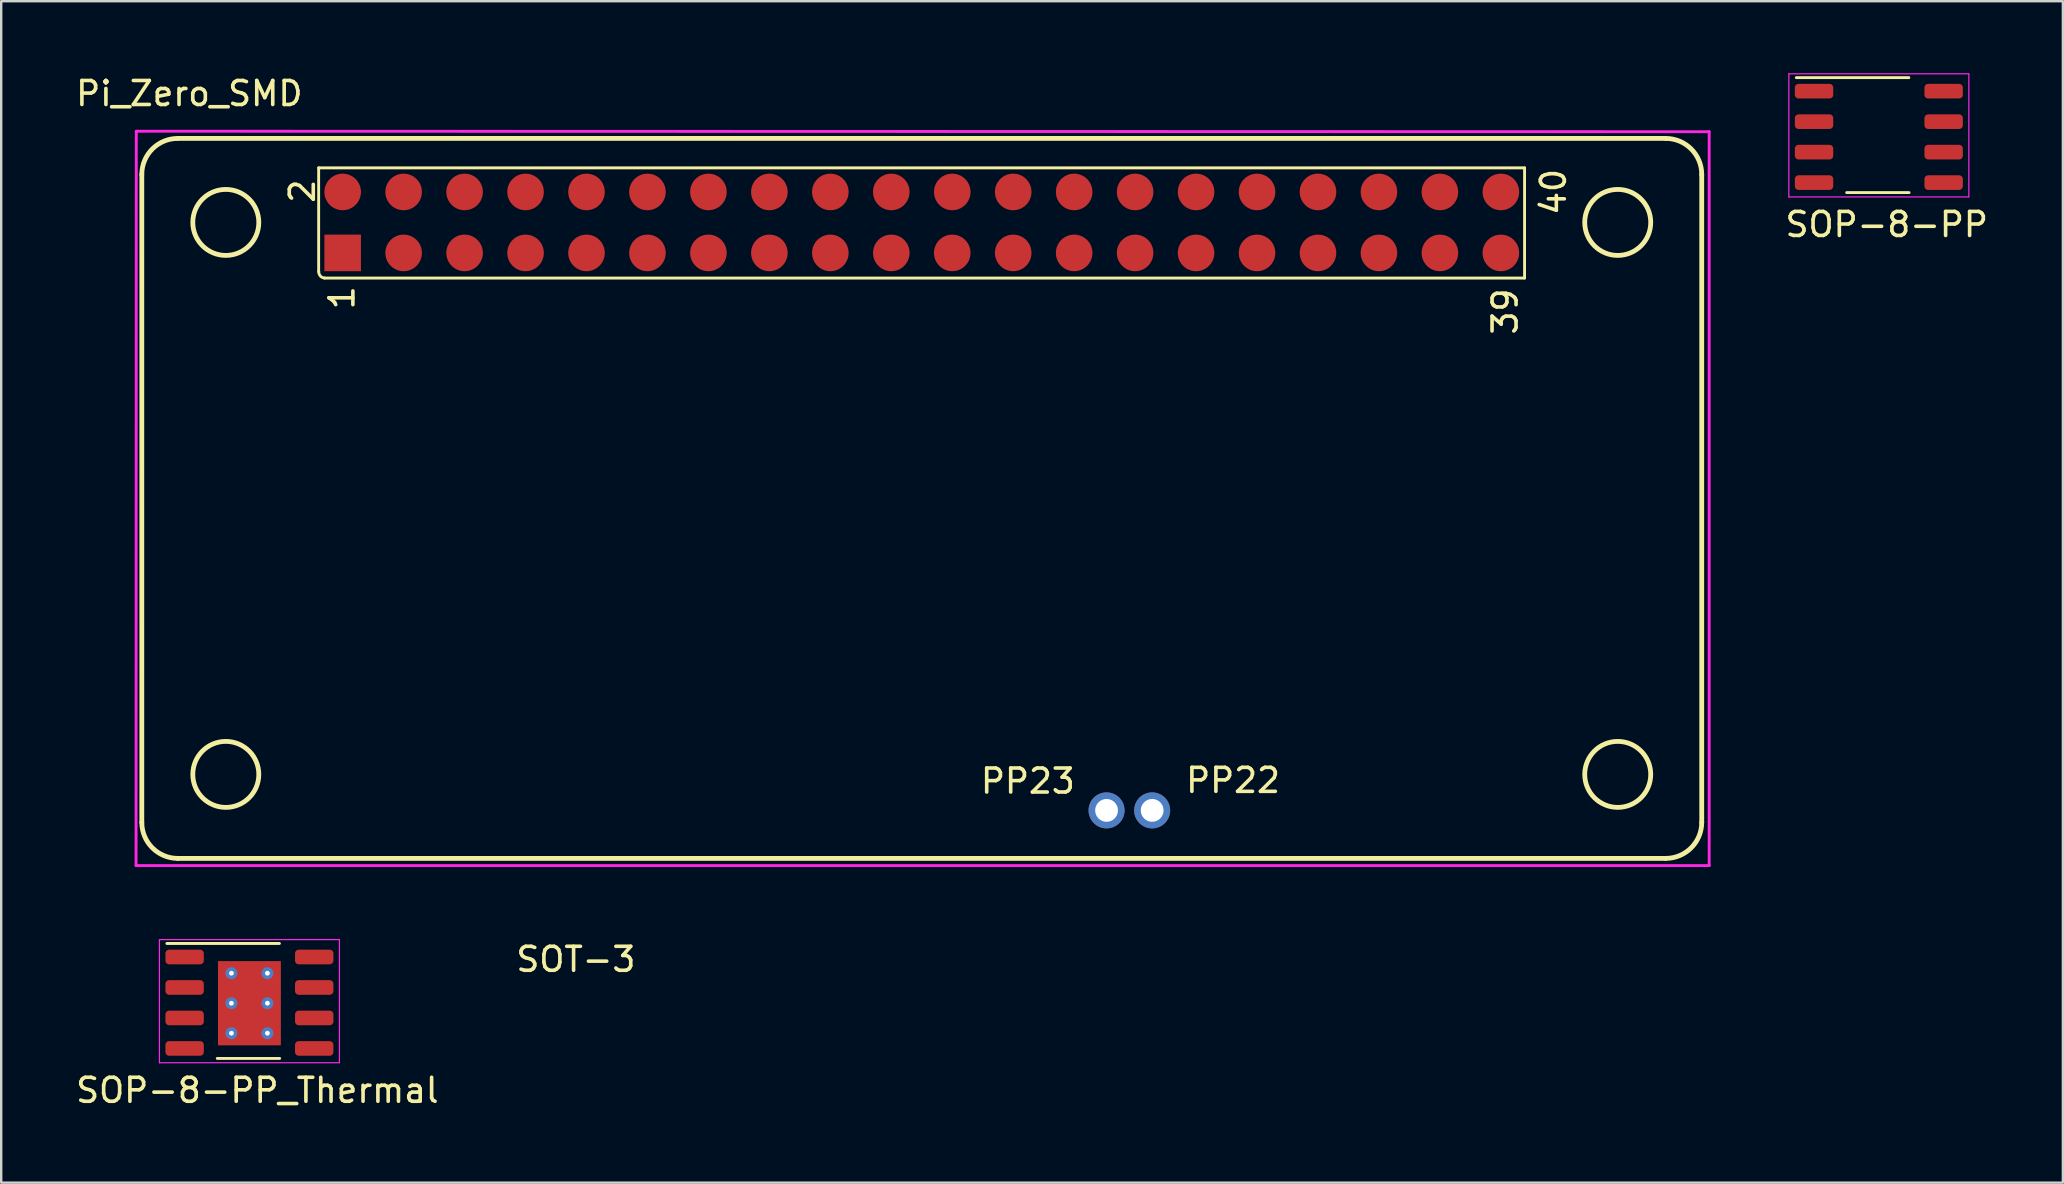
<source format=kicad_pcb>
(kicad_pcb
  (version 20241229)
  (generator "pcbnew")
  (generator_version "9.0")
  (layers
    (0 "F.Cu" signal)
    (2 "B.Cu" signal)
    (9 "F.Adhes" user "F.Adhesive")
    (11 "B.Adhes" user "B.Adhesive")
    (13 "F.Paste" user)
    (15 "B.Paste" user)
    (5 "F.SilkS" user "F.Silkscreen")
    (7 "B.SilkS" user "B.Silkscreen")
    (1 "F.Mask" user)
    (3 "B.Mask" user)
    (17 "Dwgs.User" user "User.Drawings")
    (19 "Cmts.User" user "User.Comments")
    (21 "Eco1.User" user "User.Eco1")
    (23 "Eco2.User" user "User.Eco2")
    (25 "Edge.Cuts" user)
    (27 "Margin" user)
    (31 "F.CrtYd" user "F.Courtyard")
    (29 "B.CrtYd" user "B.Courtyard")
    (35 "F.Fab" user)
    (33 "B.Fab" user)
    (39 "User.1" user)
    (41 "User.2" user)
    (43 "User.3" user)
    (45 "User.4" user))
  (footprint "SOT-3"
    (layer "F.Cu")
    (at 20.946 40.676)
    (property "Reference" "SOT-3" (at 0 -3.75 0) (layer "F.SilkS") (effects (font (size 1 1) (thickness 0.15))))
    (attr through_hole)
    (pad "" smd rect (at -1 2.2) (size 0.8 0.9) (drill (offset 0 -0.45)) (layers "F.Paste"))
    (pad "" smd rect (at 0 0) (size 0.8 0.9) (drill (offset 0 -0.45)) (layers "F.Paste"))
    (pad "" smd rect (at 1 2.2) (size 0.8 0.9) (drill (offset 0 -0.45)) (layers "F.Paste")))
  (footprint "Pi_Zero_SMD"
    (layer "F.Cu")
    (at 2.929 2.608)
    (property "Reference" "Pi_Zero_SMD" (at 1.91 -1.76 0) (layer "F.SilkS") (effects (font (size 1 1) (thickness 0.15))))
    (attr through_hole)
    (fp_line (start -0.07 28.61) (end -0.07 1.61) (stroke (width 0.2) (type solid)) (layer "F.SilkS"))
    (fp_line (start 1.43 0.11) (end 63.43 0.11) (stroke (width 0.2) (type solid)) (layer "F.SilkS"))
    (fp_line (start 7.299 1.337) (end 7.299 5.66) (stroke (width 0.12) (type solid)) (layer "F.SilkS"))
    (fp_line (start 7.541 5.929) (end 57.548 5.929) (stroke (width 0.12) (type solid)) (layer "F.SilkS"))
    (fp_line (start 57.548 1.337) (end 7.299 1.337) (stroke (width 0.12) (type solid)) (layer "F.SilkS"))
    (fp_line (start 57.548 5.929) (end 57.548 1.337) (stroke (width 0.12) (type solid)) (layer "F.SilkS"))
    (fp_line (start 63.43 30.11) (end 1.43 30.11) (stroke (width 0.2) (type solid)) (layer "F.SilkS"))
    (fp_line (start 64.93 1.61) (end 64.93 28.61) (stroke (width 0.2) (type solid)) (layer "F.SilkS"))
    (fp_arc (start -0.069999 1.61) (mid 0.369341 0.54934) (end 1.430001 0.11) (stroke (width 0.2) (type solid)) (layer "F.SilkS"))
    (fp_arc (start 1.430002 30.109999) (mid 0.369342 29.67066) (end -0.069999 28.61) (stroke (width 0.2) (type solid)) (layer "F.SilkS"))
    (fp_arc (start 7.547838 5.92658) (mid 7.370482 5.843926) (end 7.304321 5.659781) (stroke (width 0.12) (type solid)) (layer "F.SilkS"))
    (fp_arc (start 63.429999 0.11) (mid 64.490659 0.549339) (end 64.93 1.609999) (stroke (width 0.2) (type solid)) (layer "F.SilkS"))
    (fp_arc (start 64.930001 28.609999) (mid 64.490661 29.67066) (end 63.43 30.11) (stroke (width 0.2) (type solid)) (layer "F.SilkS"))
    (fp_circle (center 3.43 3.61) (end 4.805 3.61) (stroke (width 0.2) (type solid)) (fill no) (layer "F.SilkS"))
    (fp_circle (center 3.43 26.61) (end 4.805 26.61) (stroke (width 0.2) (type solid)) (fill no) (layer "F.SilkS"))
    (fp_circle (center 61.43 3.61) (end 62.805 3.61) (stroke (width 0.2) (type solid)) (fill no) (layer "F.SilkS"))
    (fp_circle (center 61.43 26.61) (end 62.805 26.61) (stroke (width 0.2) (type solid)) (fill no) (layer "F.SilkS"))
    (fp_line (start -0.31 30.41) (end -0.3 -0.19) (stroke (width 0.12) (type solid)) (layer "F.CrtYd"))
    (fp_line (start -0.3 -0.19) (end 65.24 -0.17) (stroke (width 0.12) (type solid)) (layer "F.CrtYd"))
    (fp_line (start 65.24 -0.17) (end 65.24 30.41) (stroke (width 0.12) (type solid)) (layer "F.CrtYd"))
    (fp_line (start 65.24 30.41) (end -0.31 30.41) (stroke (width 0.12) (type solid)) (layer "F.CrtYd"))
    (fp_text user "PP23" (at 36.85 26.89 0) (layer "F.SilkS") (effects (font (size 1 1) (thickness 0.15))))
    (fp_text user "1" (at 8.27 6.75 90) (layer "F.SilkS") (effects (font (size 1 1) (thickness 0.15))))
    (fp_text user "40" (at 58.75 2.34 90) (layer "F.SilkS") (effects (font (size 1 1) (thickness 0.15))))
    (fp_text user "39" (at 56.738 7.323 90) (layer "F.SilkS") (effects (font (size 1 1) (thickness 0.15))))
    (fp_text user "2" (at 6.62 2.31 90) (layer "F.SilkS") (effects (font (size 1 1) (thickness 0.15))))
    (fp_text user "PP22" (at 45.4 26.86 0) (layer "F.SilkS") (effects (font (size 1 1) (thickness 0.15))))
    (pad "1" smd rect (at 8.3 4.88 90) (size 1.524 1.524) (layers "F.Cu" "F.Mask" "F.Paste"))
    (pad "2" smd circle (at 8.3 2.34 90) (size 1.524 1.524) (layers "F.Cu" "F.Mask" "F.Paste"))
    (pad "3" smd circle (at 10.84 4.88 90) (size 1.524 1.524) (layers "F.Cu" "F.Mask" "F.Paste"))
    (pad "4" smd circle (at 10.84 2.34 90) (size 1.524 1.524) (layers "F.Cu" "F.Mask" "F.Paste"))
    (pad "5" smd circle (at 13.38 4.88 90) (size 1.524 1.524) (layers "F.Cu" "F.Mask" "F.Paste"))
    (pad "6" smd circle (at 13.38 2.34 90) (size 1.524 1.524) (layers "F.Cu" "F.Mask" "F.Paste"))
    (pad "7" smd circle (at 15.92 4.88 90) (size 1.524 1.524) (layers "F.Cu" "F.Mask" "F.Paste"))
    (pad "8" smd circle (at 15.92 2.34 90) (size 1.524 1.524) (layers "F.Cu" "F.Mask" "F.Paste"))
    (pad "9" smd circle (at 18.46 4.88 90) (size 1.524 1.524) (layers "F.Cu" "F.Mask" "F.Paste"))
    (pad "10" smd circle (at 18.46 2.34 90) (size 1.524 1.524) (layers "F.Cu" "F.Mask" "F.Paste"))
    (pad "11" smd circle (at 21 4.88 90) (size 1.524 1.524) (layers "F.Cu" "F.Mask" "F.Paste"))
    (pad "12" smd circle (at 21 2.34 90) (size 1.524 1.524) (layers "F.Cu" "F.Mask" "F.Paste"))
    (pad "13" smd circle (at 23.54 4.88 90) (size 1.524 1.524) (layers "F.Cu" "F.Mask" "F.Paste"))
    (pad "14" smd circle (at 23.54 2.34 90) (size 1.524 1.524) (layers "F.Cu" "F.Mask" "F.Paste"))
    (pad "15" smd circle (at 26.08 4.88 90) (size 1.524 1.524) (layers "F.Cu" "F.Mask" "F.Paste"))
    (pad "16" smd circle (at 26.08 2.34 90) (size 1.524 1.524) (layers "F.Cu" "F.Mask" "F.Paste"))
    (pad "17" smd circle (at 28.62 4.88 90) (size 1.524 1.524) (layers "F.Cu" "F.Mask" "F.Paste"))
    (pad "18" smd circle (at 28.62 2.34 90) (size 1.524 1.524) (layers "F.Cu" "F.Mask" "F.Paste"))
    (pad "19" smd circle (at 31.16 4.88 90) (size 1.524 1.524) (layers "F.Cu" "F.Mask" "F.Paste"))
    (pad "20" smd circle (at 31.16 2.34 90) (size 1.524 1.524) (layers "F.Cu" "F.Mask" "F.Paste"))
    (pad "21" smd circle (at 33.7 4.88 90) (size 1.524 1.524) (layers "F.Cu" "F.Mask" "F.Paste"))
    (pad "22" smd circle (at 33.7 2.34 90) (size 1.524 1.524) (layers "F.Cu" "F.Mask" "F.Paste"))
    (pad "23" smd circle (at 36.24 4.88 90) (size 1.524 1.524) (layers "F.Cu" "F.Mask" "F.Paste"))
    (pad "24" smd circle (at 36.24 2.34 90) (size 1.524 1.524) (layers "F.Cu" "F.Mask" "F.Paste"))
    (pad "25" smd circle (at 38.78 4.88 90) (size 1.524 1.524) (layers "F.Cu" "F.Mask" "F.Paste"))
    (pad "26" smd circle (at 38.78 2.34 90) (size 1.524 1.524) (layers "F.Cu" "F.Mask" "F.Paste"))
    (pad "27" smd circle (at 41.32 4.88 90) (size 1.524 1.524) (layers "F.Cu" "F.Mask" "F.Paste"))
    (pad "28" smd circle (at 41.32 2.34 90) (size 1.524 1.524) (layers "F.Cu" "F.Mask" "F.Paste"))
    (pad "29" smd circle (at 43.86 4.88 90) (size 1.524 1.524) (layers "F.Cu" "F.Mask" "F.Paste"))
    (pad "30" smd circle (at 43.86 2.34 90) (size 1.524 1.524) (layers "F.Cu" "F.Mask" "F.Paste"))
    (pad "31" smd circle (at 46.4 4.88 90) (size 1.524 1.524) (layers "F.Cu" "F.Mask" "F.Paste"))
    (pad "32" smd circle (at 46.4 2.34 90) (size 1.524 1.524) (layers "F.Cu" "F.Mask" "F.Paste"))
    (pad "33" smd circle (at 48.94 4.88 90) (size 1.524 1.524) (layers "F.Cu" "F.Mask" "F.Paste"))
    (pad "34" smd circle (at 48.94 2.34 90) (size 1.524 1.524) (layers "F.Cu" "F.Mask" "F.Paste"))
    (pad "35" smd circle (at 51.48 4.88 90) (size 1.524 1.524) (layers "F.Cu" "F.Mask" "F.Paste"))
    (pad "36" smd circle (at 51.48 2.34 90) (size 1.524 1.524) (layers "F.Cu" "F.Mask" "F.Paste"))
    (pad "37" smd circle (at 54.02 4.88 90) (size 1.524 1.524) (layers "F.Cu" "F.Mask" "F.Paste"))
    (pad "38" smd circle (at 54.02 2.34 90) (size 1.524 1.524) (layers "F.Cu" "F.Mask" "F.Paste"))
    (pad "39" smd circle (at 56.56 4.88 90) (size 1.524 1.524) (layers "F.Cu" "F.Mask" "F.Paste"))
    (pad "40" smd circle (at 56.56 2.34 90) (size 1.524 1.524) (layers "F.Cu" "F.Mask" "F.Paste"))
    (pad "USBD+" thru_hole circle (at 42.03 28.11) (size 1.5 1.5) (drill 0.95) (layers "*.Mask" "F.Cu"))
    (pad "USBD-" thru_hole circle (at 40.13 28.11) (size 1.5 1.5) (drill 0.95) (layers "*.Mask" "F.Cu")))
  (footprint "SOP-8-PP_Thermal"
    (layer "F.Cu")
    (at 7.343 38.753)
    (property "Reference" "SOP-8-PP_Thermal" (at 0.33 3.63 0) (layer "F.SilkS") (effects (font (size 1 1) (thickness 0.15))))
    (attr through_hole)
    (fp_line (start -3.44 -2.49) (end 1.25 -2.49) (stroke (width 0.12) (type solid)) (layer "F.SilkS"))
    (fp_line (start -1.34 2.3) (end 1.26 2.3) (stroke (width 0.12) (type solid)) (layer "F.SilkS"))
    (fp_line (start -3.75 -2.65) (end 3.75 -2.65) (stroke (width 0.05) (type solid)) (layer "F.CrtYd"))
    (fp_line (start -3.75 2.48) (end -3.75 -2.65) (stroke (width 0.05) (type solid)) (layer "F.CrtYd"))
    (fp_line (start 3.75 -2.65) (end 3.75 2.48) (stroke (width 0.05) (type solid)) (layer "F.CrtYd"))
    (fp_line (start 3.75 2.48) (end -3.75 2.48) (stroke (width 0.05) (type solid)) (layer "F.CrtYd"))
    (pad "1" smd roundrect (at -2.7 -1.926) (size 1.6 0.61) (layers "F.Cu" "F.Mask" "F.Paste") (roundrect_rratio 0.25))
    (pad "2" smd roundrect (at -2.7 -0.656) (size 1.6 0.61) (layers "F.Cu" "F.Mask" "F.Paste") (roundrect_rratio 0.25))
    (pad "3" smd roundrect (at -2.7 0.614) (size 1.6 0.61) (layers "F.Cu" "F.Mask" "F.Paste") (roundrect_rratio 0.25))
    (pad "4" smd roundrect (at -2.7 1.884) (size 1.6 0.61) (layers "F.Cu" "F.Mask" "F.Paste") (roundrect_rratio 0.25))
    (pad "5" smd roundrect (at 2.7 1.884) (size 1.6 0.61) (layers "F.Cu" "F.Mask" "F.Paste") (roundrect_rratio 0.25))
    (pad "6" smd roundrect (at 2.7 0.614) (size 1.6 0.61) (layers "F.Cu" "F.Mask" "F.Paste") (roundrect_rratio 0.25))
    (pad "7" smd roundrect (at 2.7 -0.656) (size 1.6 0.61) (layers "F.Cu" "F.Mask" "F.Paste") (roundrect_rratio 0.25))
    (pad "8" smd roundrect (at 2.7 -1.926) (size 1.6 0.61) (layers "F.Cu" "F.Mask" "F.Paste") (roundrect_rratio 0.25))
    (pad "9" thru_hole circle (at -0.75 -1.25) (size 0.5 0.5) (drill 0.2) (layers "*.Cu" "*.Mask"))
    (pad "9" thru_hole circle (at -0.75 0) (size 0.5 0.5) (drill 0.2) (layers "*.Cu" "*.Mask"))
    (pad "9" thru_hole circle (at -0.75 1.25) (size 0.5 0.5) (drill 0.2) (layers "*.Cu" "*.Mask"))
    (pad "9" smd rect (at 0 0) (size 2.62 3.51) (layers "F.Cu" "F.Mask" "F.Paste"))
    (pad "9" thru_hole circle (at 0.75 -1.25) (size 0.5 0.5) (drill 0.2) (layers "*.Cu" "*.Mask"))
    (pad "9" thru_hole circle (at 0.75 0) (size 0.5 0.5) (drill 0.2) (layers "*.Cu" "*.Mask"))
    (pad "9" thru_hole circle (at 0.75 1.25) (size 0.5 0.5) (drill 0.2) (layers "*.Cu" "*.Mask")))
  (footprint "SOP-8-PP"
    (layer "F.Cu")
    (at 75.239 2.675)
    (property "Reference" "SOP-8-PP" (at 0.33 3.63 0) (layer "F.SilkS") (effects (font (size 1 1) (thickness 0.15))))
    (attr through_hole)
    (fp_line (start -3.44 -2.49) (end 1.25 -2.49) (stroke (width 0.12) (type solid)) (layer "F.SilkS"))
    (fp_line (start -1.34 2.3) (end 1.26 2.3) (stroke (width 0.12) (type solid)) (layer "F.SilkS"))
    (fp_line (start -3.75 -2.65) (end 3.75 -2.65) (stroke (width 0.05) (type solid)) (layer "F.CrtYd"))
    (fp_line (start -3.75 2.48) (end -3.75 -2.65) (stroke (width 0.05) (type solid)) (layer "F.CrtYd"))
    (fp_line (start 3.75 -2.65) (end 3.75 2.48) (stroke (width 0.05) (type solid)) (layer "F.CrtYd"))
    (fp_line (start 3.75 2.48) (end -3.75 2.48) (stroke (width 0.05) (type solid)) (layer "F.CrtYd"))
    (pad "1" smd roundrect (at -2.7 -1.926) (size 1.6 0.61) (layers "F.Cu" "F.Mask" "F.Paste") (roundrect_rratio 0.25))
    (pad "2" smd roundrect (at -2.7 -0.656) (size 1.6 0.61) (layers "F.Cu" "F.Mask" "F.Paste") (roundrect_rratio 0.25))
    (pad "3" smd roundrect (at -2.7 0.614) (size 1.6 0.61) (layers "F.Cu" "F.Mask" "F.Paste") (roundrect_rratio 0.25))
    (pad "4" smd roundrect (at -2.7 1.884) (size 1.6 0.61) (layers "F.Cu" "F.Mask" "F.Paste") (roundrect_rratio 0.25))
    (pad "5" smd roundrect (at 2.7 1.884) (size 1.6 0.61) (layers "F.Cu" "F.Mask" "F.Paste") (roundrect_rratio 0.25))
    (pad "6" smd roundrect (at 2.7 0.614) (size 1.6 0.61) (layers "F.Cu" "F.Mask" "F.Paste") (roundrect_rratio 0.25))
    (pad "7" smd roundrect (at 2.7 -0.656) (size 1.6 0.61) (layers "F.Cu" "F.Mask" "F.Paste") (roundrect_rratio 0.25))
    (pad "8" smd roundrect (at 2.7 -1.926) (size 1.6 0.61) (layers "F.Cu" "F.Mask" "F.Paste") (roundrect_rratio 0.25)))
  (gr_rect
    (start -3 -3)
    (end 82.908 46.231)
    (stroke (width 0.1) (type default))
    (fill no)
    (layer "Edge.Cuts")))
</source>
